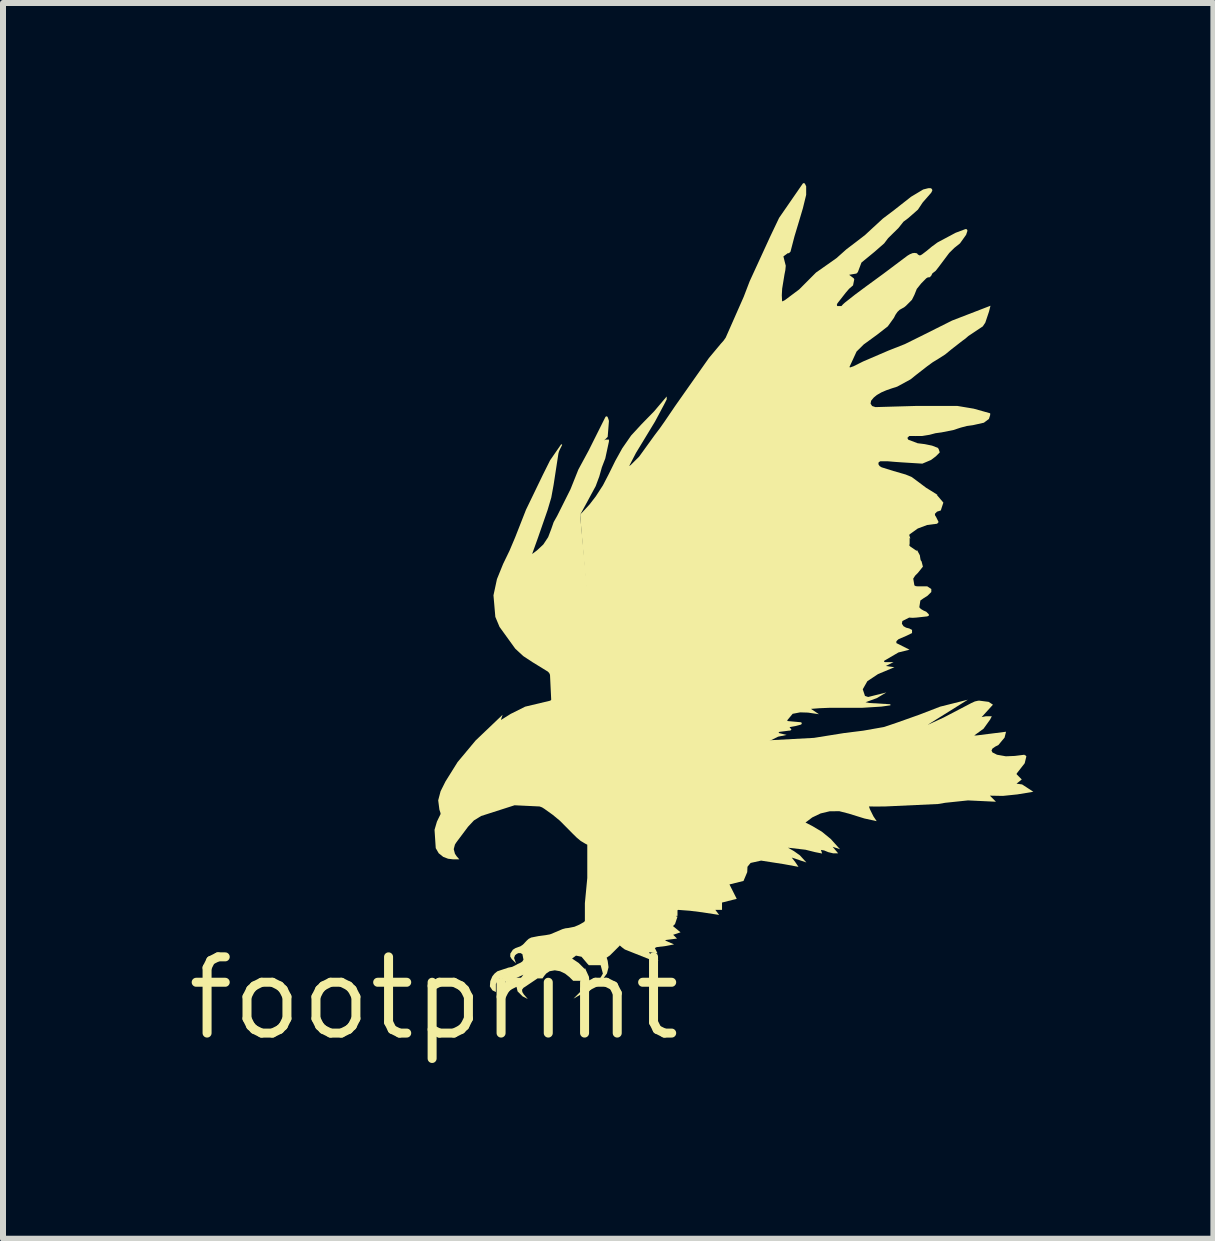
<source format=kicad_pcb>
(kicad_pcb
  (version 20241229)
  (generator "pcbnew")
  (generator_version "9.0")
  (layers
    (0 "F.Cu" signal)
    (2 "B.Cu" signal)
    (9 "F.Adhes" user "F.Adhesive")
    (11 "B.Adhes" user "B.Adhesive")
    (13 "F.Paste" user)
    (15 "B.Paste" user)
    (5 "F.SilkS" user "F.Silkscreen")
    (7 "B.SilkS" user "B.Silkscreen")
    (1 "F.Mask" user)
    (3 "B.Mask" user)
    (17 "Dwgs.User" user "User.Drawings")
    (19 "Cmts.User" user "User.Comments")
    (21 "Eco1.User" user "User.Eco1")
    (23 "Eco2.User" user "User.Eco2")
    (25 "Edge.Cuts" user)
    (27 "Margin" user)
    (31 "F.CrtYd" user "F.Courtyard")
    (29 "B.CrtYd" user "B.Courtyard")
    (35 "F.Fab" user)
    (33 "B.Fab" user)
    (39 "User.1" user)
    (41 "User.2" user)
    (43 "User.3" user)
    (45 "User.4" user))
  (footprint "footprint"
    (layer "F.Cu")
    (at 4.18 13.583)
    (property "Reference" "footprint" (at 0 0 0) (layer "F.SilkS") (effects (font (size 1.27 1.27) (thickness 0.15))))
    (fp_poly (pts (xy 0.423 -3.437) (xy 0.468 -3.394) (xy 0.461 -3.387) (xy 0.471 -3.388) (xy 0.492 -3.223) (xy 0.385 -3.116) (xy 0.216 -3.116) (xy 0.171 -3.161) (xy 0.162 -3.216) (xy 0.171 -3.268) (xy 0.18 -3.267) (xy 0.173 -3.273) (xy 0.189 -3.291) (xy 0.203 -3.285) (xy 0.189 -3.306) (xy 0.212 -3.352) (xy 0.23 -3.384) (xy 0.254 -3.415) (xy 0.36 -3.458)) (stroke (width 0) (type solid)) (fill yes) (layer "F.SilkS"))
    (fp_poly (pts (xy 8.231 -4.559) (xy 8.234 -4.559) (xy 8.493 -4.678) (xy 8.954 -4.919) (xy 9.013 -4.946) (xy 9.076 -4.96) (xy 9.078 -4.95) (xy 9.079 -4.96) (xy 9.242 -4.939) (xy 9.314 -4.892) (xy 9.126 -4.685) (xy 9.197 -4.699) (xy 9.295 -4.699) (xy 9.267 -4.644) (xy 9.157 -4.491) (xy 9.005 -4.381) (xy 9.004 -4.381) (xy 9.005 -4.379) (xy 9.037 -4.379) (xy 9.532 -4.441) (xy 9.508 -4.344) (xy 9.405 -4.22) (xy 9.352 -4.193) (xy 9.306 -4.161) (xy 9.29 -4.128) (xy 9.306 -4.096) (xy 9.382 -4.058) (xy 9.529 -4.032) (xy 9.678 -4.038) (xy 9.838 -4.058) (xy 9.84 -4.048) (xy 9.847 -4.055) (xy 9.871 -4.031) (xy 9.843 -3.916) (xy 9.709 -3.744) (xy 9.709 -3.732) (xy 9.794 -3.646) (xy 9.707 -3.576) (xy 9.8 -3.563) (xy 9.987 -3.441) (xy 9.721 -3.397) (xy 9.48 -3.372) (xy 9.263 -3.376) (xy 9.364 -3.275) (xy 8.898 -3.297) (xy 8.518 -3.257) (xy 8.398 -3.237) (xy 7.515 -3.196) (xy 7.375 -3.195) (xy 7.248 -3.196) (xy 7.264 -3.15) (xy 7.323 -3.031) (xy 7.377 -2.951) (xy 7.172 -2.996) (xy 6.911 -3.077) (xy 6.755 -3.117) (xy 6.594 -3.116) (xy 6.443 -3.08) (xy 6.303 -3.013) (xy 6.191 -2.928) (xy 6.297 -2.874) (xy 6.463 -2.776) (xy 6.612 -2.654) (xy 6.766 -2.483) (xy 6.643 -2.524) (xy 6.735 -2.415) (xy 6.652 -2.415) (xy 6.57 -2.435) (xy 6.502 -2.463) (xy 6.448 -2.472) (xy 6.468 -2.412) (xy 6.351 -2.435) (xy 6.191 -2.475) (xy 5.899 -2.509) (xy 5.997 -2.453) (xy 6.097 -2.382) (xy 6.206 -2.263) (xy 5.961 -2.345) (xy 6.02 -2.27) (xy 6.074 -2.19) (xy 5.83 -2.235) (xy 5.451 -2.294) (xy 5.276 -2.255) (xy 5.224 -2.191) (xy 5.22 -2.102) (xy 5.158 -1.955) (xy 4.924 -1.897) (xy 5.045 -1.657) (xy 4.8 -1.595) (xy 4.8 -1.473) (xy 4.689 -1.473) (xy 4.752 -1.389) (xy 4.467 -1.433) (xy 4.268 -1.458) (xy 4.07 -1.473) (xy 4.061 -1.47) (xy 4.058 -1.461) (xy 4.058 -1.373) (xy 4.038 -1.373) (xy 4.038 -1.363) (xy 4.048 -1.363) (xy 4.058 -1.36) (xy 4.017 -1.237) (xy 3.983 -1.203) (xy 4.109 -1.099) (xy 3.986 -1.058) (xy 4.05 -0.995) (xy 3.871 -0.972) (xy 3.851 -0.963) (xy 4.001 -0.898) (xy 3.869 -0.872) (xy 3.71 -0.852) (xy 3.681 -0.837) (xy 3.725 -0.749) (xy 3.585 -0.769) (xy 3.595 -0.748) (xy 3.742 -0.625) (xy 3.585 -0.652) (xy 3.181 -0.813) (xy 3.129 -0.852) (xy 3.077 -0.897) (xy 2.775 -4.278) (xy 5.591 -4.299) (xy 6.332 -4.339) (xy 6.832 -4.419) (xy 7.153 -4.459) (xy 7.493 -4.519) (xy 7.612 -4.558) (xy 7.732 -4.599) (xy 8.084 -4.724) (xy 8.434 -4.859) (xy 8.896 -4.975)) (stroke (width 0) (type solid)) (fill yes) (layer "F.SilkS"))
    (fp_poly (pts (xy 2.894 -9.685) (xy 2.906 -9.653) (xy 2.916 -9.62) (xy 2.895 -9.354) (xy 2.836 -9.295) (xy 2.863 -9.309) (xy 2.916 -9.309) (xy 2.916 -9.277) (xy 2.855 -8.995) (xy 2.798 -8.847) (xy 2.755 -8.694) (xy 2.695 -8.533) (xy 2.624 -8.402) (xy 2.554 -8.272) (xy 2.435 -8.054) (xy 2.875 -3.497) (xy 2.875 -3.497) (xy 2.876 -3.489) (xy 2.877 -3.477) (xy 2.877 -3.477) (xy 3.097 -0.878) (xy 2.932 -0.714) (xy 2.878 -0.677) (xy 2.895 -0.624) (xy 2.909 -0.518) (xy 2.883 -0.414) (xy 2.82 -0.328) (xy 2.656 -0.225) (xy 2.778 -0.347) (xy 2.815 -0.412) (xy 2.778 -0.551) (xy 2.581 -0.551) (xy 2.558 -0.575) (xy 2.459 -0.692) (xy 2.367 -0.711) (xy 2.302 -0.662) (xy 2.411 -0.589) (xy 2.515 -0.485) (xy 2.515 -0.507) (xy 2.583 -0.358) (xy 2.595 -0.242) (xy 2.585 -0.24) (xy 2.594 -0.236) (xy 2.533 -0.113) (xy 2.325 0.006) (xy 2.457 -0.126) (xy 2.488 -0.18) (xy 2.488 -0.241) (xy 2.459 -0.291) (xy 2.32 -0.291) (xy 2.258 -0.353) (xy 2.185 -0.411) (xy 2.101 -0.451) (xy 2.014 -0.466) (xy 1.928 -0.451) (xy 1.871 -0.413) (xy 1.84 -0.376) (xy 1.809 -0.331) (xy 1.726 -0.331) (xy 1.549 -0.212) (xy 1.519 -0.192) (xy 1.49 -0.173) (xy 1.468 -0.142) (xy 1.473 -0.104) (xy 1.498 -0.064) (xy 1.564 0.012) (xy 1.477 -0.032) (xy 1.393 -0.116) (xy 1.393 -0.119) (xy 1.376 -0.19) (xy 1.394 -0.265) (xy 1.49 -0.393) (xy 1.447 -0.372) (xy 1.225 -0.271) (xy 1.198 -0.271) (xy 1.138 -0.331) (xy 1.088 -0.331) (xy 1.032 -0.238) (xy 1.032 -0.104) (xy 0.976 -0.132) (xy 0.974 -0.134) (xy 0.932 -0.198) (xy 0.939 -0.286) (xy 0.973 -0.366) (xy 1.01 -0.412) (xy 1.057 -0.45) (xy 1.24 -0.511) (xy 1.302 -0.523) (xy 1.358 -0.55) (xy 1.397 -0.572) (xy 1.438 -0.59) (xy 1.472 -0.612) (xy 1.492 -0.643) (xy 1.474 -0.735) (xy 1.443 -0.753) (xy 1.405 -0.752) (xy 1.376 -0.737) (xy 1.351 -0.716) (xy 1.335 -0.671) (xy 1.368 -0.582) (xy 1.295 -0.655) (xy 1.271 -0.696) (xy 1.273 -0.745) (xy 1.315 -0.809) (xy 1.356 -0.835) (xy 1.399 -0.851) (xy 1.441 -0.866) (xy 1.477 -0.89) (xy 1.497 -0.908) (xy 1.516 -0.929) (xy 1.545 -0.96) (xy 1.578 -0.99) (xy 1.62 -1.012) (xy 1.741 -1.036) (xy 1.862 -1.052) (xy 1.933 -1.065) (xy 2 -1.092) (xy 2.141 -1.152) (xy 2.192 -1.166) (xy 2.243 -1.172) (xy 2.342 -1.192) (xy 2.423 -1.227) (xy 2.499 -1.271) (xy 2.515 -1.287) (xy 2.515 -1.584) (xy 2.555 -2.004) (xy 2.555 -2.559) (xy 2.52 -2.577) (xy 2.445 -2.622) (xy 2.378 -2.678) (xy 2.307 -2.748) (xy 2.237 -2.819) (xy 2.098 -2.959) (xy 1.978 -3.058) (xy 1.838 -3.158) (xy 1.801 -3.181) (xy 1.761 -3.196) (xy 1.344 -3.216) (xy 0.786 -3.037) (xy 0.666 -2.963) (xy 0.569 -2.859) (xy 0.389 -2.619) (xy 0.368 -2.59) (xy 0.35 -2.561) (xy 0.33 -2.485) (xy 0.35 -2.409) (xy 0.376 -2.369) (xy 0.423 -2.315) (xy 0.32 -2.315) (xy 0.236 -2.325) (xy 0.155 -2.356) (xy 0.079 -2.417) (xy 0.03 -2.502) (xy 0.03 -2.505) (xy 0.01 -2.807) (xy 0.05 -2.944) (xy 0.11 -3.068) (xy 0.11 -3.085) (xy 0.091 -3.144) (xy 0.071 -3.299) (xy 0.111 -3.45) (xy 0.192 -3.612) (xy 0.393 -3.934) (xy 0.694 -4.295) (xy 1.144 -4.724) (xy 1.116 -4.639) (xy 1.119 -4.639) (xy 1.278 -4.738) (xy 1.52 -4.859) (xy 1.939 -4.959) (xy 1.954 -4.974) (xy 1.934 -5.389) (xy 1.921 -5.419) (xy 1.898 -5.443) (xy 1.638 -5.603) (xy 1.488 -5.702) (xy 1.355 -5.825) (xy 1.092 -6.189) (xy 1.092 -6.19) (xy 1.023 -6.355) (xy 0.992 -6.714) (xy 1.05 -6.984) (xy 1.153 -7.238) (xy 1.259 -7.457) (xy 1.353 -7.679) (xy 1.534 -8.14) (xy 1.815 -8.722) (xy 1.935 -8.963) (xy 2.121 -9.232) (xy 2.137 -9.222) (xy 2.093 -9.134) (xy 2.082 -9.106) (xy 2.074 -9.076) (xy 1.994 -8.555) (xy 1.955 -8.342) (xy 1.893 -8.133) (xy 1.733 -7.672) (xy 1.637 -7.405) (xy 1.64 -7.405) (xy 1.717 -7.463) (xy 1.823 -7.562) (xy 1.903 -7.683) (xy 1.955 -7.819) (xy 1.995 -7.934) (xy 2.055 -8.041) (xy 2.275 -8.481) (xy 2.407 -8.811) (xy 2.576 -9.123) (xy 2.857 -9.685) (xy 2.867 -9.695) (xy 2.884 -9.695)) (stroke (width 0) (type solid)) (fill yes) (layer "F.SilkS"))
    (fp_poly (pts (xy 9.273 -11.539) (xy 9.248 -11.44) (xy 9.187 -11.258) (xy 9.145 -11.195) (xy 9.084 -11.154) (xy 8.904 -11.034) (xy 8.856 -10.992) (xy 8.804 -10.954) (xy 8.624 -10.814) (xy 8.518 -10.727) (xy 8.402 -10.653) (xy 8.31 -10.597) (xy 8.222 -10.533) (xy 8.042 -10.393) (xy 7.941 -10.312) (xy 7.719 -10.191) (xy 7.628 -10.162) (xy 7.539 -10.131) (xy 7.457 -10.096) (xy 7.38 -10.052) (xy 7.327 -10.008) (xy 7.284 -9.956) (xy 7.275 -9.908) (xy 7.301 -9.868) (xy 7.356 -9.85) (xy 8.056 -9.87) (xy 8.718 -9.87) (xy 8.993 -9.824) (xy 9.268 -9.747) (xy 9.268 -9.718) (xy 9.247 -9.653) (xy 9.163 -9.59) (xy 8.98 -9.549) (xy 8.878 -9.535) (xy 8.78 -9.509) (xy 8.721 -9.49) (xy 8.66 -9.469) (xy 8.459 -9.429) (xy 8.357 -9.415) (xy 8.259 -9.389) (xy 8.137 -9.369) (xy 8.026 -9.368) (xy 7.92 -9.369) (xy 7.888 -9.337) (xy 7.903 -9.307) (xy 8.059 -9.248) (xy 8.179 -9.233) (xy 8.3 -9.208) (xy 8.401 -9.168) (xy 8.397 -9.158) (xy 8.406 -9.161) (xy 8.428 -9.096) (xy 8.363 -9.03) (xy 8.287 -8.973) (xy 8.287 -8.971) (xy 8.138 -8.908) (xy 7.815 -8.928) (xy 7.685 -8.937) (xy 7.555 -8.948) (xy 7.438 -8.948) (xy 7.41 -8.931) (xy 7.405 -8.9) (xy 7.425 -8.868) (xy 7.459 -8.847) (xy 7.658 -8.785) (xy 7.859 -8.727) (xy 7.957 -8.687) (xy 8.042 -8.625) (xy 8.202 -8.505) (xy 8.282 -8.456) (xy 8.391 -8.387) (xy 8.379 -8.387) (xy 8.488 -8.259) (xy 8.445 -8.128) (xy 8.382 -8.108) (xy 8.347 -8.072) (xy 8.349 -8.047) (xy 8.366 -8.021) (xy 8.407 -7.938) (xy 8.407 -7.932) (xy 8.387 -7.912) (xy 8.387 -7.907) (xy 8.219 -7.886) (xy 8.061 -7.827) (xy 7.924 -7.729) (xy 7.92 -7.715) (xy 7.939 -7.658) (xy 7.926 -7.671) (xy 7.926 -7.573) (xy 7.925 -7.572) (xy 7.921 -7.543) (xy 7.942 -7.523) (xy 8.046 -7.453) (xy 8.046 -7.474) (xy 8.096 -7.381) (xy 8.106 -7.316) (xy 8.111 -7.297) (xy 8.125 -7.279) (xy 8.147 -7.192) (xy 8.064 -7.088) (xy 8.018 -7.042) (xy 7.986 -6.992) (xy 8.005 -6.88) (xy 8.027 -6.867) (xy 8.057 -6.864) (xy 8.219 -6.864) (xy 8.287 -6.819) (xy 8.287 -6.769) (xy 8.223 -6.706) (xy 8.161 -6.667) (xy 8.105 -6.628) (xy 8.087 -6.516) (xy 8.101 -6.498) (xy 8.122 -6.481) (xy 8.16 -6.459) (xy 8.202 -6.441) (xy 8.246 -6.397) (xy 8.246 -6.393) (xy 8.246 -6.375) (xy 8.219 -6.363) (xy 8.037 -6.343) (xy 7.976 -6.339) (xy 7.918 -6.343) (xy 7.805 -6.286) (xy 7.797 -6.241) (xy 7.823 -6.2) (xy 7.867 -6.175) (xy 7.919 -6.162) (xy 7.966 -6.138) (xy 7.966 -6.086) (xy 7.88 -6.043) (xy 7.741 -5.983) (xy 7.722 -5.966) (xy 7.705 -5.948) (xy 7.705 -5.918) (xy 7.74 -5.901) (xy 7.924 -5.808) (xy 7.739 -5.762) (xy 7.503 -5.624) (xy 7.499 -5.614) (xy 7.504 -5.605) (xy 7.516 -5.601) (xy 7.658 -5.601) (xy 7.528 -5.536) (xy 7.673 -5.516) (xy 7.4 -5.402) (xy 7.222 -5.284) (xy 7.145 -5.149) (xy 7.182 -5.038) (xy 7.235 -5.02) (xy 7.538 -5.096) (xy 7.379 -5.001) (xy 7.191 -4.933) (xy 7.256 -4.92) (xy 7.605 -4.899) (xy 7.606 -4.881) (xy 7.456 -4.86) (xy 7.135 -4.84) (xy 6.594 -4.84) (xy 6.423 -4.833) (xy 6.282 -4.822) (xy 6.415 -4.733) (xy 6.232 -4.76) (xy 6.102 -4.764) (xy 5.977 -4.74) (xy 5.885 -4.63) (xy 5.896 -4.619) (xy 6.116 -4.599) (xy 6.131 -4.586) (xy 6.119 -4.561) (xy 6.025 -4.536) (xy 5.937 -4.52) (xy 5.926 -4.509) (xy 5.937 -4.498) (xy 5.947 -4.495) (xy 5.956 -4.476) (xy 5.935 -4.459) (xy 5.922 -4.46) (xy 5.913 -4.459) (xy 5.756 -4.439) (xy 5.743 -4.426) (xy 5.744 -4.422) (xy 5.754 -4.418) (xy 5.877 -4.388) (xy 5.735 -4.359) (xy 5.573 -4.279) (xy 2.756 -4.258) (xy 2.435 -8.06) (xy 2.478 -8.103) (xy 2.593 -8.228) (xy 2.697 -8.363) (xy 2.816 -8.547) (xy 2.917 -8.742) (xy 3.022 -8.955) (xy 3.138 -9.164) (xy 3.285 -9.376) (xy 3.46 -9.566) (xy 3.668 -9.779) (xy 3.878 -10.027) (xy 3.878 -9.978) (xy 3.836 -9.895) (xy 3.684 -9.61) (xy 3.516 -9.333) (xy 3.367 -9.088) (xy 3.253 -8.868) (xy 3.28 -8.886) (xy 3.419 -9.025) (xy 3.679 -9.385) (xy 3.761 -9.493) (xy 3.84 -9.605) (xy 4.018 -9.867) (xy 4.2 -10.126) (xy 4.581 -10.667) (xy 4.782 -10.908) (xy 4.825 -10.956) (xy 4.861 -11.007) (xy 5.161 -11.687) (xy 5.261 -11.948) (xy 5.602 -12.69) (xy 5.751 -13.003) (xy 6.146 -13.575) (xy 6.162 -13.583) (xy 6.18 -13.575) (xy 6.202 -13.529) (xy 6.202 -13.386) (xy 6.147 -13.162) (xy 6.082 -12.943) (xy 6.007 -12.694) (xy 5.942 -12.444) (xy 5.942 -12.441) (xy 5.916 -12.415) (xy 5.902 -12.414) (xy 5.895 -12.414) (xy 5.823 -12.361) (xy 5.841 -12.287) (xy 5.841 -12.287) (xy 5.862 -12.205) (xy 5.855 -12.132) (xy 5.841 -12.062) (xy 5.802 -11.823) (xy 5.796 -11.713) (xy 5.801 -11.613) (xy 5.809 -11.613) (xy 5.847 -11.632) (xy 6.086 -11.811) (xy 6.366 -12.092) (xy 6.567 -12.233) (xy 6.707 -12.332) (xy 6.872 -12.479) (xy 7.048 -12.613) (xy 7.048 -12.613) (xy 7.183 -12.717) (xy 7.308 -12.833) (xy 7.481 -12.992) (xy 7.669 -13.134) (xy 7.95 -13.355) (xy 8.152 -13.476) (xy 8.235 -13.497) (xy 8.256 -13.498) (xy 8.287 -13.496) (xy 8.287 -13.491) (xy 8.304 -13.474) (xy 8.297 -13.467) (xy 8.306 -13.462) (xy 8.285 -13.421) (xy 8.144 -13.26) (xy 8.064 -13.14) (xy 7.902 -12.998) (xy 7.823 -12.939) (xy 7.739 -12.833) (xy 7.642 -12.738) (xy 7.567 -12.664) (xy 7.502 -12.578) (xy 7.341 -12.437) (xy 7.123 -12.258) (xy 7.063 -12.099) (xy 7.039 -12.075) (xy 6.92 -12.055) (xy 6.922 -12.051) (xy 7 -11.992) (xy 6.994 -11.984) (xy 7.004 -11.982) (xy 6.983 -11.878) (xy 6.917 -11.821) (xy 6.862 -11.757) (xy 6.722 -11.578) (xy 6.713 -11.553) (xy 6.72 -11.533) (xy 6.789 -11.533) (xy 6.815 -11.562) (xy 6.847 -11.591) (xy 7.016 -11.724) (xy 7.188 -11.852) (xy 7.489 -12.072) (xy 7.89 -12.373) (xy 7.93 -12.397) (xy 7.965 -12.411) (xy 7.965 -12.413) (xy 8.006 -12.419) (xy 8.047 -12.413) (xy 8.046 -12.41) (xy 8.056 -12.405) (xy 8.063 -12.392) (xy 8.097 -12.376) (xy 8.112 -12.383) (xy 8.131 -12.393) (xy 8.21 -12.453) (xy 8.298 -12.526) (xy 8.391 -12.594) (xy 8.693 -12.755) (xy 8.856 -12.816) (xy 8.874 -12.815) (xy 8.887 -12.801) (xy 8.888 -12.784) (xy 8.867 -12.721) (xy 8.765 -12.578) (xy 8.67 -12.502) (xy 8.585 -12.418) (xy 8.405 -12.178) (xy 8.36 -12.121) (xy 8.305 -12.078) (xy 8.287 -12.042) (xy 8.287 -12.04) (xy 8.267 -12.02) (xy 8.267 -12.015) (xy 8.228 -12.011) (xy 8.203 -11.996) (xy 8.119 -11.911) (xy 8.045 -11.819) (xy 8.005 -11.719) (xy 7.964 -11.637) (xy 7.913 -11.586) (xy 7.863 -11.536) (xy 7.833 -11.512) (xy 7.8 -11.494) (xy 7.758 -11.47) (xy 7.723 -11.436) (xy 7.691 -11.39) (xy 7.664 -11.337) (xy 7.562 -11.195) (xy 7.381 -11.054) (xy 7.161 -10.894) (xy 7.042 -10.776) (xy 6.924 -10.52) (xy 6.927 -10.514) (xy 6.934 -10.511) (xy 6.99 -10.53) (xy 7.07 -10.57) (xy 7.15 -10.61) (xy 7.571 -10.791) (xy 7.847 -10.9) (xy 8.112 -11.031) (xy 8.633 -11.292)) (stroke (width 0) (type solid)) (fill yes) (layer "F.SilkS")))
  (gr_rect
    (start -3 -3)
    (end 17.167 17.589)
    (stroke (width 0.1) (type default))
    (fill no)
    (layer "Edge.Cuts")))
</source>
